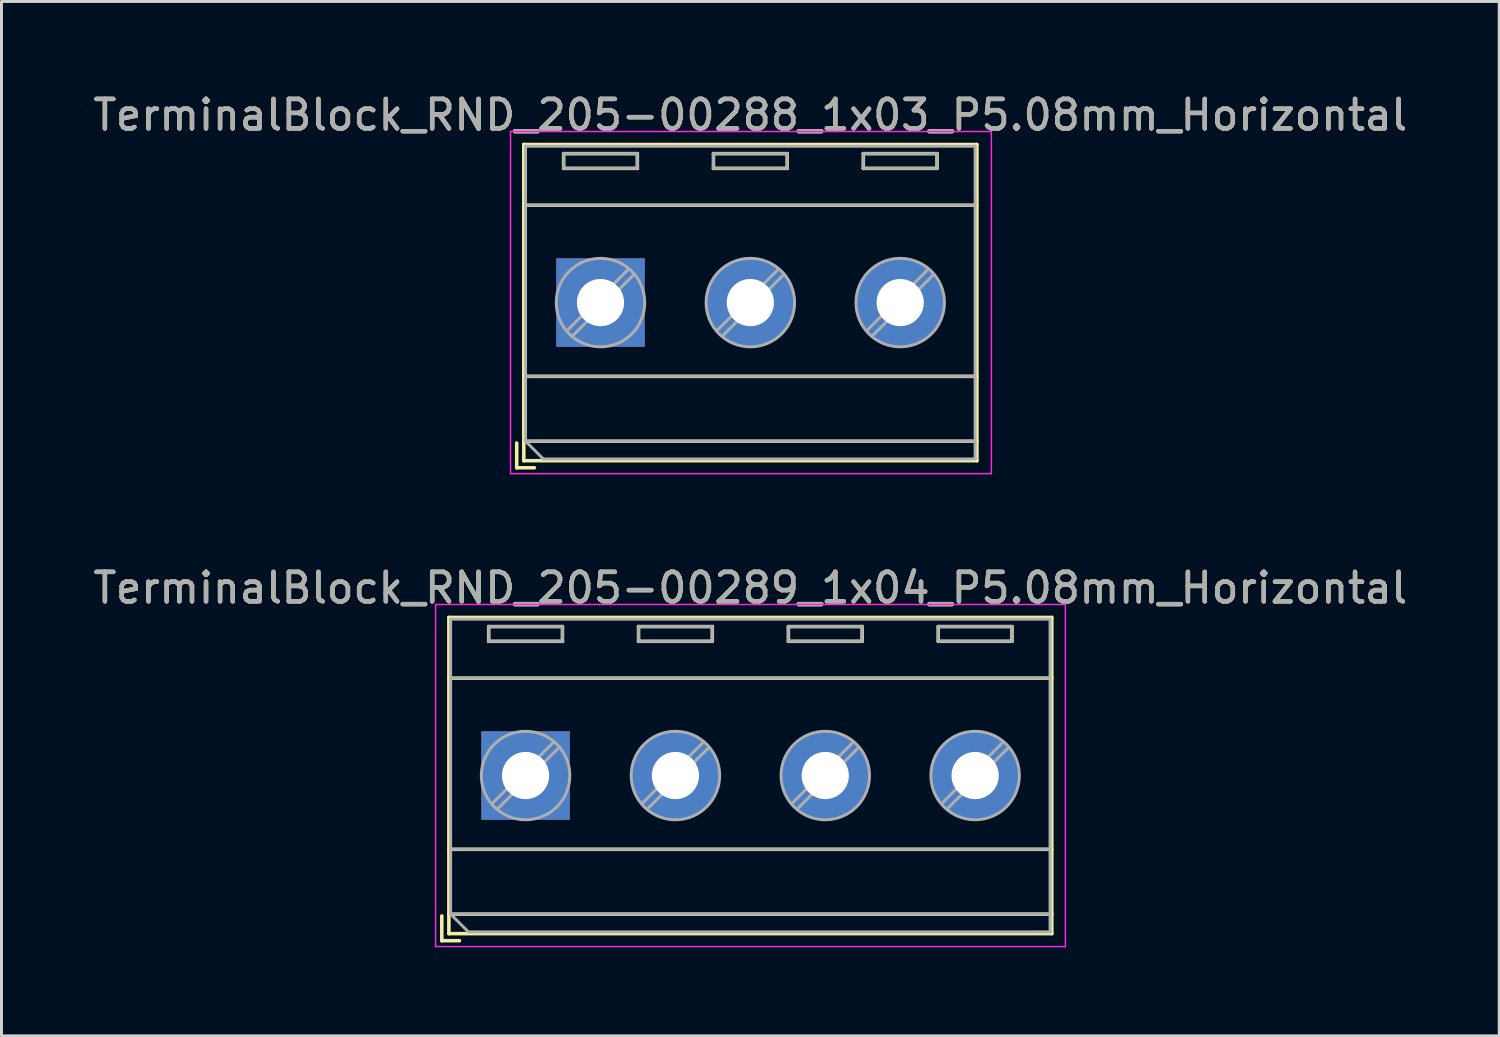
<source format=kicad_pcb>
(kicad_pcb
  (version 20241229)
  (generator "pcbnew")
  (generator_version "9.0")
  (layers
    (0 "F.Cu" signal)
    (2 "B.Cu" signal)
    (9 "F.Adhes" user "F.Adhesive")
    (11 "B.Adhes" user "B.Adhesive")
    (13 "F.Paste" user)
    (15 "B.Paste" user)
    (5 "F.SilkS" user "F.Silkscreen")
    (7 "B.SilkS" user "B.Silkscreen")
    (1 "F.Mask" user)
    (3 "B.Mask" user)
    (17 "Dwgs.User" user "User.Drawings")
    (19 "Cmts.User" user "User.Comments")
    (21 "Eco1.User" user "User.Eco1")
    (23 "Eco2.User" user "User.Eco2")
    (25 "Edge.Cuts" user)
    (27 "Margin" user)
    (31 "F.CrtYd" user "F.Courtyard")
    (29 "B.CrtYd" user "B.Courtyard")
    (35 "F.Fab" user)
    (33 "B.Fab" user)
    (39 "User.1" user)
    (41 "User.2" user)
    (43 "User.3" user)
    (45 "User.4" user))
  (footprint "TerminalBlock_RND_205-00289_1x04_P5.08mm_Horizontal"
    (layer "F.Cu")
    (at 14.767 23.241)
    (property "Reference" "TerminalBlock_RND_205-00289_1x04_P5.08mm_Horizontal" (at 7.62 -6.36 0) (layer "F.SilkS") (effects (font (size 1 1) (thickness 0.15))))
    (attr through_hole)
    (fp_line (start -2.84 4.76) (end -2.84 5.6) (stroke (width 0.12) (type solid)) (layer "F.SilkS"))
    (fp_line (start -2.84 5.6) (end -2.24 5.6) (stroke (width 0.12) (type solid)) (layer "F.SilkS"))
    (fp_line (start -2.6 -5.36) (end -2.6 5.36) (stroke (width 0.12) (type solid)) (layer "F.SilkS"))
    (fp_line (start -2.6 -5.36) (end 17.84 -5.36) (stroke (width 0.12) (type solid)) (layer "F.SilkS"))
    (fp_line (start -2.6 -3.3) (end 17.84 -3.3) (stroke (width 0.12) (type solid)) (layer "F.SilkS"))
    (fp_line (start -2.6 2.5) (end 17.84 2.5) (stroke (width 0.12) (type solid)) (layer "F.SilkS"))
    (fp_line (start -2.6 4.7) (end 17.84 4.7) (stroke (width 0.12) (type solid)) (layer "F.SilkS"))
    (fp_line (start -2.6 5.36) (end 17.84 5.36) (stroke (width 0.12) (type solid)) (layer "F.SilkS"))
    (fp_line (start -1.25 -5.05) (end -1.25 -4.55) (stroke (width 0.12) (type solid)) (layer "F.SilkS"))
    (fp_line (start -1.25 -5.05) (end 1.25 -5.05) (stroke (width 0.12) (type solid)) (layer "F.SilkS"))
    (fp_line (start -1.25 -4.55) (end 1.25 -4.55) (stroke (width 0.12) (type solid)) (layer "F.SilkS"))
    (fp_line (start 1.25 -5.05) (end 1.25 -4.55) (stroke (width 0.12) (type solid)) (layer "F.SilkS"))
    (fp_line (start 3.83 -5.05) (end 3.83 -4.55) (stroke (width 0.12) (type solid)) (layer "F.SilkS"))
    (fp_line (start 3.83 -5.05) (end 6.33 -5.05) (stroke (width 0.12) (type solid)) (layer "F.SilkS"))
    (fp_line (start 3.83 -4.55) (end 6.33 -4.55) (stroke (width 0.12) (type solid)) (layer "F.SilkS"))
    (fp_line (start 6.33 -5.05) (end 6.33 -4.55) (stroke (width 0.12) (type solid)) (layer "F.SilkS"))
    (fp_line (start 8.91 -5.05) (end 8.91 -4.55) (stroke (width 0.12) (type solid)) (layer "F.SilkS"))
    (fp_line (start 8.91 -5.05) (end 11.41 -5.05) (stroke (width 0.12) (type solid)) (layer "F.SilkS"))
    (fp_line (start 8.91 -4.55) (end 11.41 -4.55) (stroke (width 0.12) (type solid)) (layer "F.SilkS"))
    (fp_line (start 11.41 -5.05) (end 11.41 -4.55) (stroke (width 0.12) (type solid)) (layer "F.SilkS"))
    (fp_line (start 13.99 -5.05) (end 13.99 -4.55) (stroke (width 0.12) (type solid)) (layer "F.SilkS"))
    (fp_line (start 13.99 -5.05) (end 16.49 -5.05) (stroke (width 0.12) (type solid)) (layer "F.SilkS"))
    (fp_line (start 13.99 -4.55) (end 16.49 -4.55) (stroke (width 0.12) (type solid)) (layer "F.SilkS"))
    (fp_line (start 16.49 -5.05) (end 16.49 -4.55) (stroke (width 0.12) (type solid)) (layer "F.SilkS"))
    (fp_line (start 17.84 -5.36) (end 17.84 5.36) (stroke (width 0.12) (type solid)) (layer "F.SilkS"))
    (fp_line (start -3.05 -5.8) (end -3.05 5.8) (stroke (width 0.05) (type solid)) (layer "F.CrtYd"))
    (fp_line (start -3.05 5.8) (end 18.3 5.8) (stroke (width 0.05) (type solid)) (layer "F.CrtYd"))
    (fp_line (start 18.3 -5.8) (end -3.05 -5.8) (stroke (width 0.05) (type solid)) (layer "F.CrtYd"))
    (fp_line (start 18.3 5.8) (end 18.3 -5.8) (stroke (width 0.05) (type solid)) (layer "F.CrtYd"))
    (fp_line (start -2.54 -5.3) (end 17.78 -5.3) (stroke (width 0.1) (type solid)) (layer "F.Fab"))
    (fp_line (start -2.54 -3.3) (end 17.78 -3.3) (stroke (width 0.1) (type solid)) (layer "F.Fab"))
    (fp_line (start -2.54 2.5) (end 17.78 2.5) (stroke (width 0.1) (type solid)) (layer "F.Fab"))
    (fp_line (start -2.54 4.7) (end -2.54 -5.3) (stroke (width 0.1) (type solid)) (layer "F.Fab"))
    (fp_line (start -2.54 4.7) (end 17.78 4.7) (stroke (width 0.1) (type solid)) (layer "F.Fab"))
    (fp_line (start -1.94 5.3) (end -2.54 4.7) (stroke (width 0.1) (type solid)) (layer "F.Fab"))
    (fp_line (start -1.25 -5.05) (end -1.25 -4.55) (stroke (width 0.1) (type solid)) (layer "F.Fab"))
    (fp_line (start -1.25 -4.55) (end 1.25 -4.55) (stroke (width 0.1) (type solid)) (layer "F.Fab"))
    (fp_line (start 0.955 -1.138) (end -1.138 0.955) (stroke (width 0.1) (type solid)) (layer "F.Fab"))
    (fp_line (start 1.138 -0.955) (end -0.955 1.138) (stroke (width 0.1) (type solid)) (layer "F.Fab"))
    (fp_line (start 1.25 -5.05) (end -1.25 -5.05) (stroke (width 0.1) (type solid)) (layer "F.Fab"))
    (fp_line (start 1.25 -4.55) (end 1.25 -5.05) (stroke (width 0.1) (type solid)) (layer "F.Fab"))
    (fp_line (start 3.83 -5.05) (end 3.83 -4.55) (stroke (width 0.1) (type solid)) (layer "F.Fab"))
    (fp_line (start 3.83 -4.55) (end 6.33 -4.55) (stroke (width 0.1) (type solid)) (layer "F.Fab"))
    (fp_line (start 6.035 -1.138) (end 3.943 0.955) (stroke (width 0.1) (type solid)) (layer "F.Fab"))
    (fp_line (start 6.218 -0.955) (end 4.126 1.138) (stroke (width 0.1) (type solid)) (layer "F.Fab"))
    (fp_line (start 6.33 -5.05) (end 3.83 -5.05) (stroke (width 0.1) (type solid)) (layer "F.Fab"))
    (fp_line (start 6.33 -4.55) (end 6.33 -5.05) (stroke (width 0.1) (type solid)) (layer "F.Fab"))
    (fp_line (start 8.91 -5.05) (end 8.91 -4.55) (stroke (width 0.1) (type solid)) (layer "F.Fab"))
    (fp_line (start 8.91 -4.55) (end 11.41 -4.55) (stroke (width 0.1) (type solid)) (layer "F.Fab"))
    (fp_line (start 11.115 -1.138) (end 9.023 0.955) (stroke (width 0.1) (type solid)) (layer "F.Fab"))
    (fp_line (start 11.298 -0.955) (end 9.206 1.138) (stroke (width 0.1) (type solid)) (layer "F.Fab"))
    (fp_line (start 11.41 -5.05) (end 8.91 -5.05) (stroke (width 0.1) (type solid)) (layer "F.Fab"))
    (fp_line (start 11.41 -4.55) (end 11.41 -5.05) (stroke (width 0.1) (type solid)) (layer "F.Fab"))
    (fp_line (start 13.99 -5.05) (end 13.99 -4.55) (stroke (width 0.1) (type solid)) (layer "F.Fab"))
    (fp_line (start 13.99 -4.55) (end 16.49 -4.55) (stroke (width 0.1) (type solid)) (layer "F.Fab"))
    (fp_line (start 16.195 -1.138) (end 14.103 0.955) (stroke (width 0.1) (type solid)) (layer "F.Fab"))
    (fp_line (start 16.378 -0.955) (end 14.286 1.138) (stroke (width 0.1) (type solid)) (layer "F.Fab"))
    (fp_line (start 16.49 -5.05) (end 13.99 -5.05) (stroke (width 0.1) (type solid)) (layer "F.Fab"))
    (fp_line (start 16.49 -4.55) (end 16.49 -5.05) (stroke (width 0.1) (type solid)) (layer "F.Fab"))
    (fp_line (start 17.78 -5.3) (end 17.78 5.3) (stroke (width 0.1) (type solid)) (layer "F.Fab"))
    (fp_line (start 17.78 5.3) (end -1.94 5.3) (stroke (width 0.1) (type solid)) (layer "F.Fab"))
    (fp_circle (center 0 0) (end 1.5 0) (stroke (width 0.1) (type solid)) (fill no) (layer "F.Fab"))
    (fp_circle (center 5.08 0) (end 6.58 0) (stroke (width 0.1) (type solid)) (fill no) (layer "F.Fab"))
    (fp_circle (center 10.16 0) (end 11.66 0) (stroke (width 0.1) (type solid)) (fill no) (layer "F.Fab"))
    (fp_circle (center 15.24 0) (end 16.74 0) (stroke (width 0.1) (type solid)) (fill no) (layer "F.Fab"))
    (fp_text user "${REFERENCE}" (at 7.62 -6.36 0) (layer "F.Fab") (effects (font (size 1 1) (thickness 0.15))))
    (pad "1" thru_hole rect (at 0 0) (size 3 3) (drill 1.6) (layers "*.Cu" "*.Mask"))
    (pad "2" thru_hole circle (at 5.08 0) (size 3 3) (drill 1.6) (layers "*.Cu" "*.Mask"))
    (pad "3" thru_hole circle (at 10.16 0) (size 3 3) (drill 1.6) (layers "*.Cu" "*.Mask"))
    (pad "4" thru_hole circle (at 15.24 0) (size 3 3) (drill 1.6) (layers "*.Cu" "*.Mask")))
  (footprint "TerminalBlock_RND_205-00288_1x03_P5.08mm_Horizontal"
    (layer "F.Cu")
    (at 17.307 7.208)
    (property "Reference" "TerminalBlock_RND_205-00288_1x03_P5.08mm_Horizontal" (at 5.08 -6.36 0) (layer "F.SilkS") (effects (font (size 1 1) (thickness 0.15))))
    (attr through_hole)
    (fp_line (start -2.84 4.76) (end -2.84 5.6) (stroke (width 0.12) (type solid)) (layer "F.SilkS"))
    (fp_line (start -2.84 5.6) (end -2.24 5.6) (stroke (width 0.12) (type solid)) (layer "F.SilkS"))
    (fp_line (start -2.6 -5.36) (end -2.6 5.36) (stroke (width 0.12) (type solid)) (layer "F.SilkS"))
    (fp_line (start -2.6 -5.36) (end 12.76 -5.36) (stroke (width 0.12) (type solid)) (layer "F.SilkS"))
    (fp_line (start -2.6 -3.3) (end 12.76 -3.3) (stroke (width 0.12) (type solid)) (layer "F.SilkS"))
    (fp_line (start -2.6 2.5) (end 12.76 2.5) (stroke (width 0.12) (type solid)) (layer "F.SilkS"))
    (fp_line (start -2.6 4.7) (end 12.76 4.7) (stroke (width 0.12) (type solid)) (layer "F.SilkS"))
    (fp_line (start -2.6 5.36) (end 12.76 5.36) (stroke (width 0.12) (type solid)) (layer "F.SilkS"))
    (fp_line (start -1.25 -5.05) (end -1.25 -4.55) (stroke (width 0.12) (type solid)) (layer "F.SilkS"))
    (fp_line (start -1.25 -5.05) (end 1.25 -5.05) (stroke (width 0.12) (type solid)) (layer "F.SilkS"))
    (fp_line (start -1.25 -4.55) (end 1.25 -4.55) (stroke (width 0.12) (type solid)) (layer "F.SilkS"))
    (fp_line (start 1.25 -5.05) (end 1.25 -4.55) (stroke (width 0.12) (type solid)) (layer "F.SilkS"))
    (fp_line (start 3.83 -5.05) (end 3.83 -4.55) (stroke (width 0.12) (type solid)) (layer "F.SilkS"))
    (fp_line (start 3.83 -5.05) (end 6.33 -5.05) (stroke (width 0.12) (type solid)) (layer "F.SilkS"))
    (fp_line (start 3.83 -4.55) (end 6.33 -4.55) (stroke (width 0.12) (type solid)) (layer "F.SilkS"))
    (fp_line (start 6.33 -5.05) (end 6.33 -4.55) (stroke (width 0.12) (type solid)) (layer "F.SilkS"))
    (fp_line (start 8.91 -5.05) (end 8.91 -4.55) (stroke (width 0.12) (type solid)) (layer "F.SilkS"))
    (fp_line (start 8.91 -5.05) (end 11.41 -5.05) (stroke (width 0.12) (type solid)) (layer "F.SilkS"))
    (fp_line (start 8.91 -4.55) (end 11.41 -4.55) (stroke (width 0.12) (type solid)) (layer "F.SilkS"))
    (fp_line (start 11.41 -5.05) (end 11.41 -4.55) (stroke (width 0.12) (type solid)) (layer "F.SilkS"))
    (fp_line (start 12.76 -5.36) (end 12.76 5.36) (stroke (width 0.12) (type solid)) (layer "F.SilkS"))
    (fp_line (start -3.05 -5.8) (end -3.05 5.8) (stroke (width 0.05) (type solid)) (layer "F.CrtYd"))
    (fp_line (start -3.05 5.8) (end 13.25 5.8) (stroke (width 0.05) (type solid)) (layer "F.CrtYd"))
    (fp_line (start 13.25 -5.8) (end -3.05 -5.8) (stroke (width 0.05) (type solid)) (layer "F.CrtYd"))
    (fp_line (start 13.25 5.8) (end 13.25 -5.8) (stroke (width 0.05) (type solid)) (layer "F.CrtYd"))
    (fp_line (start -2.54 -5.3) (end 12.7 -5.3) (stroke (width 0.1) (type solid)) (layer "F.Fab"))
    (fp_line (start -2.54 -3.3) (end 12.7 -3.3) (stroke (width 0.1) (type solid)) (layer "F.Fab"))
    (fp_line (start -2.54 2.5) (end 12.7 2.5) (stroke (width 0.1) (type solid)) (layer "F.Fab"))
    (fp_line (start -2.54 4.7) (end -2.54 -5.3) (stroke (width 0.1) (type solid)) (layer "F.Fab"))
    (fp_line (start -2.54 4.7) (end 12.7 4.7) (stroke (width 0.1) (type solid)) (layer "F.Fab"))
    (fp_line (start -1.94 5.3) (end -2.54 4.7) (stroke (width 0.1) (type solid)) (layer "F.Fab"))
    (fp_line (start -1.25 -5.05) (end -1.25 -4.55) (stroke (width 0.1) (type solid)) (layer "F.Fab"))
    (fp_line (start -1.25 -4.55) (end 1.25 -4.55) (stroke (width 0.1) (type solid)) (layer "F.Fab"))
    (fp_line (start 0.955 -1.138) (end -1.138 0.955) (stroke (width 0.1) (type solid)) (layer "F.Fab"))
    (fp_line (start 1.138 -0.955) (end -0.955 1.138) (stroke (width 0.1) (type solid)) (layer "F.Fab"))
    (fp_line (start 1.25 -5.05) (end -1.25 -5.05) (stroke (width 0.1) (type solid)) (layer "F.Fab"))
    (fp_line (start 1.25 -4.55) (end 1.25 -5.05) (stroke (width 0.1) (type solid)) (layer "F.Fab"))
    (fp_line (start 3.83 -5.05) (end 3.83 -4.55) (stroke (width 0.1) (type solid)) (layer "F.Fab"))
    (fp_line (start 3.83 -4.55) (end 6.33 -4.55) (stroke (width 0.1) (type solid)) (layer "F.Fab"))
    (fp_line (start 6.035 -1.138) (end 3.943 0.955) (stroke (width 0.1) (type solid)) (layer "F.Fab"))
    (fp_line (start 6.218 -0.955) (end 4.126 1.138) (stroke (width 0.1) (type solid)) (layer "F.Fab"))
    (fp_line (start 6.33 -5.05) (end 3.83 -5.05) (stroke (width 0.1) (type solid)) (layer "F.Fab"))
    (fp_line (start 6.33 -4.55) (end 6.33 -5.05) (stroke (width 0.1) (type solid)) (layer "F.Fab"))
    (fp_line (start 8.91 -5.05) (end 8.91 -4.55) (stroke (width 0.1) (type solid)) (layer "F.Fab"))
    (fp_line (start 8.91 -4.55) (end 11.41 -4.55) (stroke (width 0.1) (type solid)) (layer "F.Fab"))
    (fp_line (start 11.115 -1.138) (end 9.023 0.955) (stroke (width 0.1) (type solid)) (layer "F.Fab"))
    (fp_line (start 11.298 -0.955) (end 9.206 1.138) (stroke (width 0.1) (type solid)) (layer "F.Fab"))
    (fp_line (start 11.41 -5.05) (end 8.91 -5.05) (stroke (width 0.1) (type solid)) (layer "F.Fab"))
    (fp_line (start 11.41 -4.55) (end 11.41 -5.05) (stroke (width 0.1) (type solid)) (layer "F.Fab"))
    (fp_line (start 12.7 -5.3) (end 12.7 5.3) (stroke (width 0.1) (type solid)) (layer "F.Fab"))
    (fp_line (start 12.7 5.3) (end -1.94 5.3) (stroke (width 0.1) (type solid)) (layer "F.Fab"))
    (fp_circle (center 0 0) (end 1.5 0) (stroke (width 0.1) (type solid)) (fill no) (layer "F.Fab"))
    (fp_circle (center 5.08 0) (end 6.58 0) (stroke (width 0.1) (type solid)) (fill no) (layer "F.Fab"))
    (fp_circle (center 10.16 0) (end 11.66 0) (stroke (width 0.1) (type solid)) (fill no) (layer "F.Fab"))
    (fp_text user "${REFERENCE}" (at 5.08 -6.36 0) (layer "F.Fab") (effects (font (size 1 1) (thickness 0.15))))
    (pad "1" thru_hole rect (at 0 0) (size 3 3) (drill 1.6) (layers "*.Cu" "*.Mask"))
    (pad "2" thru_hole circle (at 5.08 0) (size 3 3) (drill 1.6) (layers "*.Cu" "*.Mask"))
    (pad "3" thru_hole circle (at 10.16 0) (size 3 3) (drill 1.6) (layers "*.Cu" "*.Mask")))
  (gr_rect
    (start -3 -3)
    (end 47.774 32.066)
    (stroke (width 0.1) (type default))
    (fill no)
    (layer "Edge.Cuts")))
</source>
